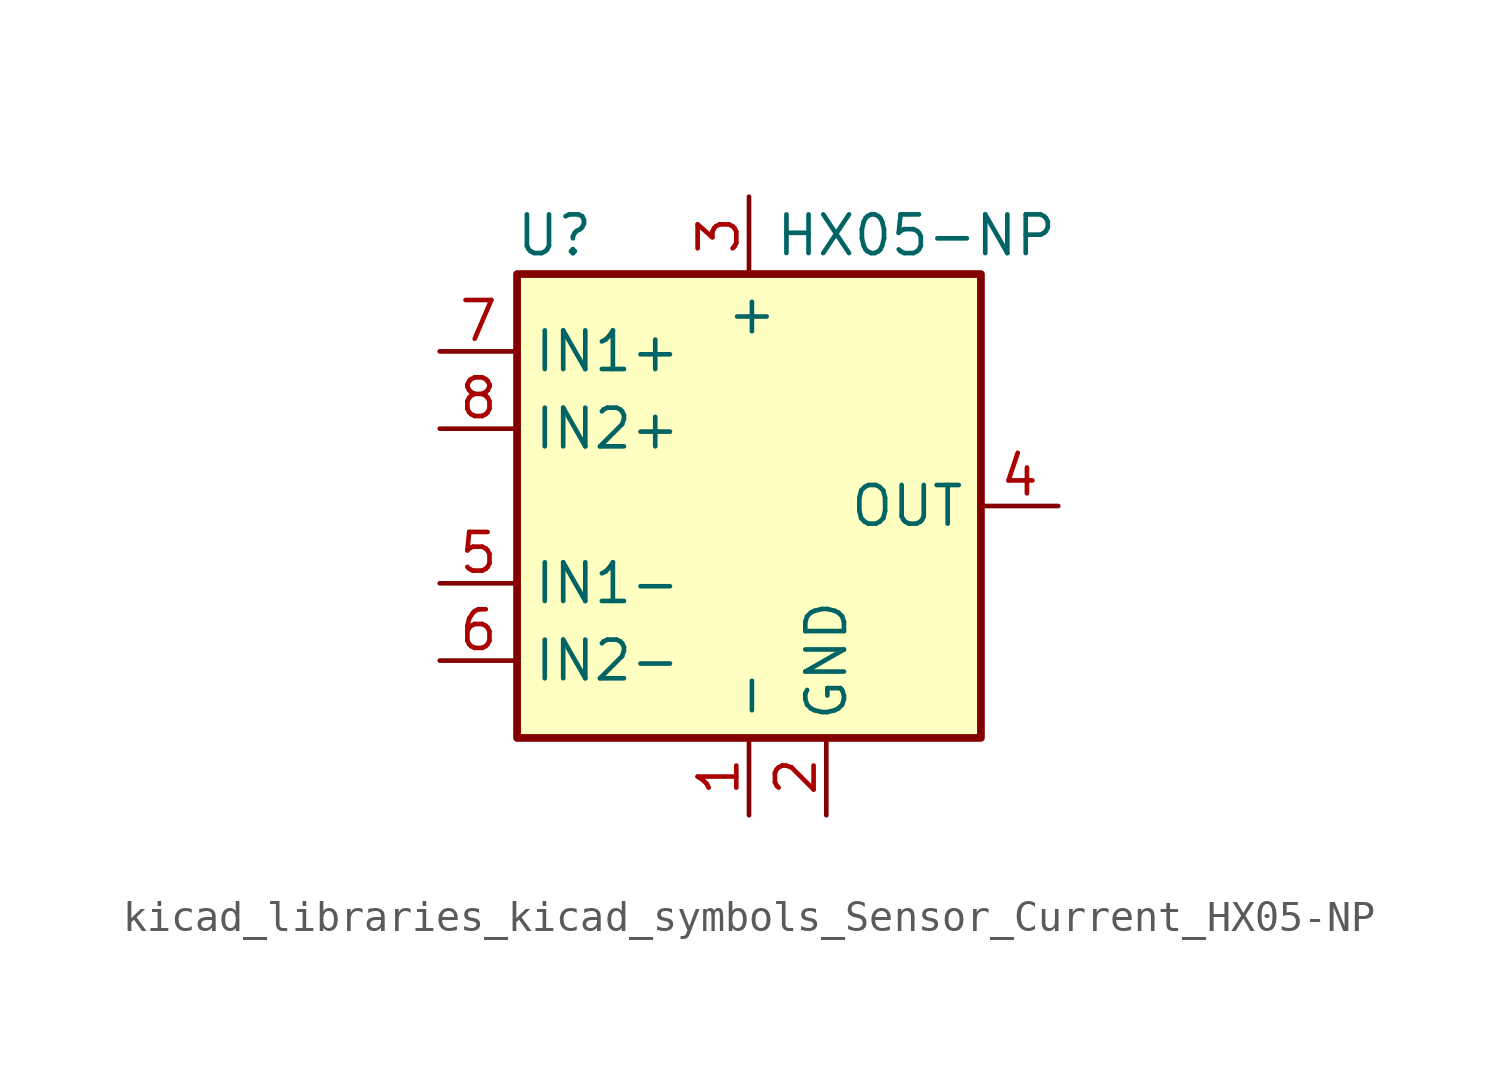
<source format=kicad_sym>
(kicad_symbol_lib
  (version 20220914)
  (generator kicad_symbol_editor)
  (symbol "kicad_libraries_kicad_symbols_Sensor_Current_HX05-NP"
    (property "Reference" "U"
      (at -5.08 8.89 0)
      (effects (font (size 1.27 1.27)) (justify right)))
    (property "Value" "HX05-NP"
      (at 10.16 8.89 0)
      (effects (font (size 1.27 1.27)) (justify right)))
    (symbol "kicad_libraries_kicad_symbols_Sensor_Current_HX05-NP_0_1"
      (rectangle (start -7.62 7.62) (end 7.62 -7.62) (stroke (width 0.254) (type default)) (fill (type background))))
    (symbol "kicad_libraries_kicad_symbols_Sensor_Current_HX05-NP_1_1"
      (pin power_in line (at 0 -10.16 90) (length 2.54) (name "-" (effects (font (size 1.27 1.27)))) (number "1" (effects (font (size 1.27 1.27)))))
      (pin power_in line (at 2.54 -10.16 90) (length 2.54) (name "GND" (effects (font (size 1.27 1.27)))) (number "2" (effects (font (size 1.27 1.27)))))
      (pin power_in line (at 0 10.16 270) (length 2.54) (name "+" (effects (font (size 1.27 1.27)))) (number "3" (effects (font (size 1.27 1.27)))))
      (pin output line (at 10.16 0 180) (length 2.54) (name "OUT" (effects (font (size 1.27 1.27)))) (number "4" (effects (font (size 1.27 1.27)))))
      (pin passive line (at -10.16 -2.54 0) (length 2.54) (name "IN1-" (effects (font (size 1.27 1.27)))) (number "5" (effects (font (size 1.27 1.27)))))
      (pin passive line (at -10.16 -5.08 0) (length 2.54) (name "IN2-" (effects (font (size 1.27 1.27)))) (number "6" (effects (font (size 1.27 1.27)))))
      (pin passive line (at -10.16 5.08 0) (length 2.54) (name "IN1+" (effects (font (size 1.27 1.27)))) (number "7" (effects (font (size 1.27 1.27)))))
      (pin passive line (at -10.16 2.54 0) (length 2.54) (name "IN2+" (effects (font (size 1.27 1.27)))) (number "8" (effects (font (size 1.27 1.27))))))))
</source>
